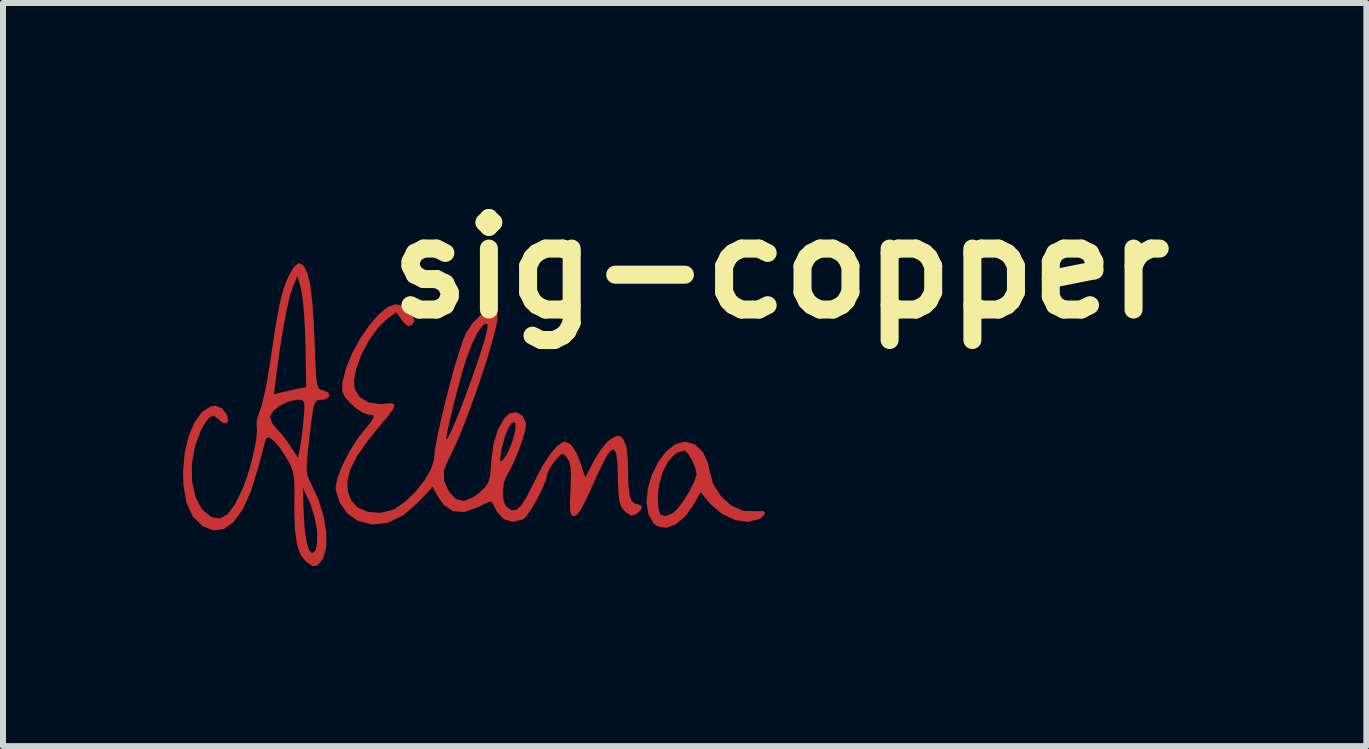
<source format=kicad_pcb>
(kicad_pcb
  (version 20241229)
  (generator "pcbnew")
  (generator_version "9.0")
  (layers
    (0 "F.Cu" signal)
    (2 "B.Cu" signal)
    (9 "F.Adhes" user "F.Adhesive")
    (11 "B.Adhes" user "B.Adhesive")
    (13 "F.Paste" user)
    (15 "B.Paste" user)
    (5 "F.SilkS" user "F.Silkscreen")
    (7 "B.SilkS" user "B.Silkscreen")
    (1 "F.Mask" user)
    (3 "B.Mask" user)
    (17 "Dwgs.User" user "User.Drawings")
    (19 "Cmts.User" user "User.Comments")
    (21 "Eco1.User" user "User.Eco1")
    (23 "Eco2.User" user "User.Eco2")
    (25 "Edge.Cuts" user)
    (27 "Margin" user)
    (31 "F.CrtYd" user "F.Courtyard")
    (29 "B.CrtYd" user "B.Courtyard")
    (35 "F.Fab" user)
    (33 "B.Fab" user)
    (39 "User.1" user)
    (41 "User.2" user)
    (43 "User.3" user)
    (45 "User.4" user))
  (footprint "sig-copper"
    (layer "F.Cu")
    (at 4.878 3.958)
    (property "Reference" "sig-copper" (at 5.08 -2.54 0) (layer "F.SilkS") (effects (font (size 1.524 1.524) (thickness 0.3))))
    (attr board_only exclude_from_pos_files exclude_from_bom)
    (fp_poly (pts (xy 3.652 0.398) (xy 3.784 0.525) (xy 3.869 0.711) (xy 3.888 0.811) (xy 3.954 1.053) (xy 4.083 1.26) (xy 4.257 1.416) (xy 4.458 1.504) (xy 4.669 1.509) (xy 4.669 1.509) (xy 4.786 1.506) (xy 4.822 1.546) (xy 4.769 1.612) (xy 4.725 1.639) (xy 4.537 1.687) (xy 4.323 1.657) (xy 4.108 1.559) (xy 3.918 1.399) (xy 3.891 1.368) (xy 3.746 1.193) (xy 3.636 1.39) (xy 3.492 1.592) (xy 3.334 1.727) (xy 3.176 1.786) (xy 3.032 1.764) (xy 2.965 1.715) (xy 2.874 1.56) (xy 2.843 1.359) (xy 2.852 1.272) (xy 3.033 1.272) (xy 3.042 1.463) (xy 3.078 1.566) (xy 3.15 1.591) (xy 3.267 1.548) (xy 3.284 1.539) (xy 3.363 1.466) (xy 3.461 1.333) (xy 3.559 1.174) (xy 3.637 1.021) (xy 3.676 0.906) (xy 3.678 0.89) (xy 3.657 0.788) (xy 3.604 0.664) (xy 3.54 0.556) (xy 3.482 0.499) (xy 3.473 0.497) (xy 3.335 0.543) (xy 3.212 0.669) (xy 3.113 0.855) (xy 3.05 1.081) (xy 3.033 1.272) (xy 2.852 1.272) (xy 2.866 1.132) (xy 2.934 0.901) (xy 3.04 0.686) (xy 3.174 0.509) (xy 3.329 0.39) (xy 3.49 0.35)) (stroke (width 0) (type solid)) (fill yes) (layer "F.Cu"))
    (fp_poly (pts (xy -2.864 -2.575) (xy -2.806 -2.458) (xy -2.76 -2.266) (xy -2.725 -1.99) (xy -2.7 -1.627) (xy -2.689 -1.367) (xy -2.677 -1.059) (xy -2.667 -0.837) (xy -2.656 -0.685) (xy -2.64 -0.591) (xy -2.618 -0.539) (xy -2.588 -0.515) (xy -2.547 -0.506) (xy -2.455 -0.465) (xy -2.441 -0.402) (xy -2.503 -0.355) (xy -2.559 -0.348) (xy -2.614 -0.346) (xy -2.654 -0.329) (xy -2.685 -0.282) (xy -2.71 -0.191) (xy -2.734 -0.041) (xy -2.762 0.183) (xy -2.784 0.376) (xy -2.809 0.608) (xy -2.82 0.766) (xy -2.814 0.875) (xy -2.79 0.96) (xy -2.748 1.045) (xy -2.747 1.047) (xy -2.621 1.319) (xy -2.534 1.602) (xy -2.49 1.874) (xy -2.492 2.112) (xy -2.544 2.294) (xy -2.563 2.325) (xy -2.641 2.414) (xy -2.716 2.424) (xy -2.821 2.356) (xy -2.83 2.349) (xy -2.918 2.239) (xy -2.979 2.068) (xy -3.014 1.825) (xy -3.025 1.5) (xy -3.024 1.361) (xy -3.022 1.125) (xy -3.022 1.118) (xy -2.882 1.118) (xy -2.867 1.566) (xy -2.85 1.825) (xy -2.819 2.026) (xy -2.778 2.157) (xy -2.73 2.209) (xy -2.678 2.173) (xy -2.672 2.163) (xy -2.648 2.064) (xy -2.643 1.91) (xy -2.649 1.813) (xy -2.687 1.609) (xy -2.75 1.403) (xy -2.779 1.335) (xy -2.882 1.118) (xy -3.022 1.118) (xy -3.029 0.96) (xy -3.05 0.841) (xy -3.089 0.739) (xy -3.143 0.64) (xy -3.259 0.462) (xy -3.364 0.338) (xy -3.446 0.278) (xy -3.494 0.295) (xy -3.498 0.304) (xy -3.519 0.382) (xy -3.558 0.528) (xy -3.608 0.717) (xy -3.626 0.786) (xy -3.747 1.177) (xy -3.885 1.479) (xy -4.037 1.69) (xy -4.201 1.807) (xy -4.375 1.829) (xy -4.553 1.757) (xy -4.716 1.598) (xy -4.822 1.368) (xy -4.873 1.062) (xy -4.878 0.856) (xy -4.852 0.542) (xy -4.786 0.262) (xy -4.688 0.029) (xy -4.564 -0.142) (xy -4.422 -0.235) (xy -4.342 -0.249) (xy -4.23 -0.205) (xy -4.148 -0.1) (xy -4.126 -0.003) (xy -4.156 0.046) (xy -4.226 0.033) (xy -4.299 -0.032) (xy -4.367 -0.085) (xy -4.44 -0.054) (xy -4.527 0.064) (xy -4.578 0.158) (xy -4.681 0.431) (xy -4.731 0.724) (xy -4.728 1.01) (xy -4.674 1.266) (xy -4.569 1.467) (xy -4.541 1.499) (xy -4.398 1.61) (xy -4.266 1.631) (xy -4.139 1.561) (xy -4.014 1.396) (xy -3.886 1.137) (xy -3.813 0.942) (xy -3.747 0.72) (xy -3.693 0.497) (xy -3.657 0.299) (xy -3.645 0.154) (xy -3.652 0.105) (xy -3.651 -0.008) (xy -3.635 -0.058) (xy -3.43 -0.058) (xy -3.395 0.042) (xy -3.324 0.129) (xy -3.231 0.23) (xy -3.125 0.371) (xy -3.091 0.423) (xy -2.963 0.621) (xy -2.929 0.447) (xy -2.906 0.301) (xy -2.882 0.105) (xy -2.869 -0.037) (xy -2.856 -0.206) (xy -2.86 -0.299) (xy -2.888 -0.339) (xy -2.947 -0.348) (xy -2.975 -0.348) (xy -3.116 -0.32) (xy -3.261 -0.251) (xy -3.375 -0.161) (xy -3.429 -0.069) (xy -3.43 -0.058) (xy -3.635 -0.058) (xy -3.606 -0.144) (xy -3.604 -0.149) (xy -3.567 -0.255) (xy -3.523 -0.437) (xy -3.522 -0.439) (xy -3.364 -0.439) (xy -3.235 -0.471) (xy -3.083 -0.506) (xy -2.966 -0.531) (xy -2.826 -0.559) (xy -2.839 -1.261) (xy -2.848 -1.537) (xy -2.863 -1.798) (xy -2.883 -2.016) (xy -2.906 -2.167) (xy -2.911 -2.187) (xy -2.97 -2.411) (xy -3.047 -2.234) (xy -3.095 -2.086) (xy -3.149 -1.856) (xy -3.206 -1.559) (xy -3.262 -1.211) (xy -3.315 -0.83) (xy -3.321 -0.779) (xy -3.364 -0.439) (xy -3.522 -0.439) (xy -3.477 -0.668) (xy -3.434 -0.925) (xy -3.429 -0.959) (xy -3.373 -1.34) (xy -3.325 -1.637) (xy -3.284 -1.868) (xy -3.245 -2.046) (xy -3.206 -2.187) (xy -3.163 -2.308) (xy -3.123 -2.4) (xy -3.034 -2.559) (xy -2.956 -2.623) (xy -2.936 -2.623)) (stroke (width 0) (type solid)) (fill yes) (layer "F.Cu"))
    (fp_poly (pts (xy -1.191 -1.912) (xy -1.09 -1.821) (xy -1.052 -1.757) (xy -1.022 -1.661) (xy -1.064 -1.594) (xy -1.126 -1.572) (xy -1.194 -1.625) (xy -1.23 -1.671) (xy -1.327 -1.805) (xy -1.459 -1.71) (xy -1.624 -1.554) (xy -1.776 -1.344) (xy -1.903 -1.107) (xy -1.992 -0.868) (xy -2.03 -0.654) (xy -2.02 -0.532) (xy -1.938 -0.395) (xy -1.789 -0.304) (xy -1.599 -0.275) (xy -1.523 -0.282) (xy -1.402 -0.292) (xy -1.353 -0.266) (xy -1.376 -0.194) (xy -1.47 -0.066) (xy -1.531 0.005) (xy -1.789 0.32) (xy -1.974 0.584) (xy -2.09 0.808) (xy -2.141 1.003) (xy -2.132 1.179) (xy -2.08 1.324) (xy -1.967 1.448) (xy -1.795 1.521) (xy -1.594 1.537) (xy -1.393 1.49) (xy -1.352 1.47) (xy -1.178 1.35) (xy -1.006 1.184) (xy -0.856 0.995) (xy -0.747 0.809) (xy -0.697 0.651) (xy -0.696 0.629) (xy -0.682 0.491) (xy -0.647 0.298) (xy -0.494 0.298) (xy -0.478 0.304) (xy -0.435 0.228) (xy -0.369 0.084) (xy -0.287 -0.116) (xy -0.193 -0.358) (xy -0.093 -0.631) (xy -0.007 -0.873) (xy 0.094 -1.176) (xy 0.16 -1.394) (xy 0.193 -1.535) (xy 0.192 -1.606) (xy 0.161 -1.615) (xy 0.122 -1.589) (xy 0.034 -1.476) (xy -0.062 -1.285) (xy -0.157 -1.034) (xy -0.223 -0.82) (xy -0.301 -0.532) (xy -0.372 -0.259) (xy -0.43 -0.02) (xy -0.472 0.166) (xy -0.492 0.28) (xy -0.494 0.298) (xy -0.647 0.298) (xy -0.644 0.279) (xy -0.587 0.015) (xy -0.517 -0.279) (xy -0.439 -0.584) (xy -0.359 -0.876) (xy -0.282 -1.136) (xy -0.213 -1.341) (xy -0.163 -1.461) (xy -0.06 -1.619) (xy 0.063 -1.741) (xy 0.185 -1.818) (xy 0.29 -1.836) (xy 0.357 -1.785) (xy 0.362 -1.776) (xy 0.361 -1.688) (xy 0.328 -1.525) (xy 0.269 -1.301) (xy 0.189 -1.034) (xy 0.094 -0.739) (xy -0.011 -0.433) (xy -0.121 -0.131) (xy -0.23 0.15) (xy -0.333 0.394) (xy -0.424 0.585) (xy -0.452 0.637) (xy -0.533 0.829) (xy -0.529 1.003) (xy -0.448 1.181) (xy -0.333 1.307) (xy -0.198 1.338) (xy -0.039 1.274) (xy 0.067 1.193) (xy 0.157 1.107) (xy 0.21 1.026) (xy 0.238 0.917) (xy 0.253 0.749) (xy 0.256 0.683) (xy 0.261 0.643) (xy 0.403 0.643) (xy 0.411 0.682) (xy 0.45 0.656) (xy 0.46 0.646) (xy 0.518 0.557) (xy 0.584 0.413) (xy 0.615 0.326) (xy 0.661 0.146) (xy 0.656 0.043) (xy 0.648 0.031) (xy 0.6 0.037) (xy 0.543 0.121) (xy 0.485 0.266) (xy 0.435 0.45) (xy 0.421 0.522) (xy 0.403 0.643) (xy 0.261 0.643) (xy 0.293 0.394) (xy 0.369 0.147) (xy 0.474 -0.039) (xy 0.562 -0.121) (xy 0.674 -0.142) (xy 0.774 -0.085) (xy 0.834 0.034) (xy 0.837 0.05) (xy 0.825 0.15) (xy 0.78 0.31) (xy 0.712 0.5) (xy 0.633 0.691) (xy 0.552 0.854) (xy 0.513 0.918) (xy 0.465 1.044) (xy 0.449 1.202) (xy 0.466 1.349) (xy 0.507 1.432) (xy 0.591 1.492) (xy 0.671 1.488) (xy 0.756 1.414) (xy 0.853 1.26) (xy 0.971 1.024) (xy 1.105 0.764) (xy 1.239 0.557) (xy 1.362 0.415) (xy 1.465 0.351) (xy 1.485 0.349) (xy 1.587 0.399) (xy 1.681 0.546) (xy 1.738 0.69) (xy 1.824 0.945) (xy 1.973 0.659) (xy 2.074 0.495) (xy 2.182 0.361) (xy 2.257 0.298) (xy 2.356 0.252) (xy 2.416 0.265) (xy 2.463 0.32) (xy 2.51 0.447) (xy 2.533 0.667) (xy 2.536 0.792) (xy 2.541 1.054) (xy 2.56 1.231) (xy 2.594 1.336) (xy 2.649 1.385) (xy 2.694 1.392) (xy 2.764 1.418) (xy 2.757 1.48) (xy 2.677 1.557) (xy 2.669 1.562) (xy 2.589 1.583) (xy 2.502 1.529) (xy 2.48 1.508) (xy 2.428 1.444) (xy 2.396 1.363) (xy 2.378 1.239) (xy 2.369 1.051) (xy 2.367 0.937) (xy 2.358 0.689) (xy 2.335 0.535) (xy 2.295 0.476) (xy 2.236 0.51) (xy 2.153 0.639) (xy 2.043 0.863) (xy 2.006 0.944) (xy 1.891 1.201) (xy 1.806 1.379) (xy 1.743 1.494) (xy 1.696 1.558) (xy 1.654 1.586) (xy 1.621 1.591) (xy 1.589 1.571) (xy 1.572 1.5) (xy 1.568 1.363) (xy 1.577 1.156) (xy 1.585 0.929) (xy 1.578 0.778) (xy 1.555 0.68) (xy 1.52 0.621) (xy 1.466 0.561) (xy 1.42 0.561) (xy 1.354 0.627) (xy 1.317 0.671) (xy 1.237 0.784) (xy 1.195 0.875) (xy 1.193 0.888) (xy 1.168 0.99) (xy 1.105 1.141) (xy 1.019 1.312) (xy 0.926 1.473) (xy 0.842 1.594) (xy 0.791 1.643) (xy 0.62 1.687) (xy 0.465 1.643) (xy 0.351 1.519) (xy 0.35 1.516) (xy 0.295 1.409) (xy 0.263 1.349) (xy 0.262 1.347) (xy 0.216 1.357) (xy 0.111 1.403) (xy 0.032 1.443) (xy -0.191 1.523) (xy -0.381 1.509) (xy -0.538 1.401) (xy -0.621 1.284) (xy -0.722 1.105) (xy -0.945 1.346) (xy -1.202 1.573) (xy -1.462 1.702) (xy -1.723 1.731) (xy -1.975 1.666) (xy -2.142 1.546) (xy -2.269 1.365) (xy -2.333 1.163) (xy -2.336 1.114) (xy -2.307 0.959) (xy -2.228 0.755) (xy -2.115 0.53) (xy -1.979 0.313) (xy -1.865 0.164) (xy -1.752 0.027) (xy -1.702 -0.052) (xy -1.712 -0.089) (xy -1.776 -0.099) (xy -1.794 -0.099) (xy -1.889 -0.133) (xy -2.012 -0.219) (xy -2.074 -0.275) (xy -2.179 -0.389) (xy -2.224 -0.48) (xy -2.226 -0.59) (xy -2.217 -0.66) (xy -2.159 -0.886) (xy -2.058 -1.128) (xy -1.927 -1.367) (xy -1.777 -1.586) (xy -1.622 -1.766) (xy -1.474 -1.889) (xy -1.345 -1.938) (xy -1.338 -1.938)) (stroke (width 0) (type solid)) (fill yes) (layer "F.Cu"))
    (fp_poly (pts (xy 3.652 0.398) (xy 3.784 0.525) (xy 3.869 0.711) (xy 3.888 0.811) (xy 3.954 1.053) (xy 4.083 1.26) (xy 4.257 1.416) (xy 4.458 1.504) (xy 4.669 1.509) (xy 4.669 1.509) (xy 4.786 1.506) (xy 4.822 1.546) (xy 4.769 1.612) (xy 4.725 1.639) (xy 4.537 1.687) (xy 4.323 1.657) (xy 4.108 1.559) (xy 3.918 1.399) (xy 3.891 1.368) (xy 3.746 1.193) (xy 3.636 1.39) (xy 3.492 1.592) (xy 3.334 1.727) (xy 3.176 1.786) (xy 3.032 1.764) (xy 2.965 1.715) (xy 2.874 1.56) (xy 2.843 1.359) (xy 2.852 1.272) (xy 3.033 1.272) (xy 3.042 1.463) (xy 3.078 1.566) (xy 3.15 1.591) (xy 3.267 1.548) (xy 3.284 1.539) (xy 3.363 1.466) (xy 3.461 1.333) (xy 3.559 1.174) (xy 3.637 1.021) (xy 3.676 0.906) (xy 3.678 0.89) (xy 3.657 0.788) (xy 3.604 0.664) (xy 3.54 0.556) (xy 3.482 0.499) (xy 3.473 0.497) (xy 3.335 0.543) (xy 3.212 0.669) (xy 3.113 0.855) (xy 3.05 1.081) (xy 3.033 1.272) (xy 2.852 1.272) (xy 2.866 1.132) (xy 2.934 0.901) (xy 3.04 0.686) (xy 3.174 0.509) (xy 3.329 0.39) (xy 3.49 0.35)) (stroke (width 0) (type solid)) (fill yes) (layer "F.Mask"))
    (fp_poly (pts (xy -2.864 -2.575) (xy -2.806 -2.458) (xy -2.76 -2.266) (xy -2.725 -1.99) (xy -2.7 -1.627) (xy -2.689 -1.367) (xy -2.677 -1.059) (xy -2.667 -0.837) (xy -2.656 -0.685) (xy -2.64 -0.591) (xy -2.618 -0.539) (xy -2.588 -0.515) (xy -2.547 -0.506) (xy -2.455 -0.465) (xy -2.441 -0.402) (xy -2.503 -0.355) (xy -2.559 -0.348) (xy -2.614 -0.346) (xy -2.654 -0.329) (xy -2.685 -0.282) (xy -2.71 -0.191) (xy -2.734 -0.041) (xy -2.762 0.183) (xy -2.784 0.376) (xy -2.809 0.608) (xy -2.82 0.766) (xy -2.814 0.875) (xy -2.79 0.96) (xy -2.748 1.045) (xy -2.747 1.047) (xy -2.621 1.319) (xy -2.534 1.602) (xy -2.49 1.874) (xy -2.492 2.112) (xy -2.544 2.294) (xy -2.563 2.325) (xy -2.641 2.414) (xy -2.716 2.424) (xy -2.821 2.356) (xy -2.83 2.349) (xy -2.918 2.239) (xy -2.979 2.068) (xy -3.014 1.825) (xy -3.025 1.5) (xy -3.024 1.361) (xy -3.022 1.125) (xy -3.022 1.118) (xy -2.882 1.118) (xy -2.867 1.566) (xy -2.85 1.825) (xy -2.819 2.026) (xy -2.778 2.157) (xy -2.73 2.209) (xy -2.678 2.173) (xy -2.672 2.163) (xy -2.648 2.064) (xy -2.643 1.91) (xy -2.649 1.813) (xy -2.687 1.609) (xy -2.75 1.403) (xy -2.779 1.335) (xy -2.882 1.118) (xy -3.022 1.118) (xy -3.029 0.96) (xy -3.05 0.841) (xy -3.089 0.739) (xy -3.143 0.64) (xy -3.259 0.462) (xy -3.364 0.338) (xy -3.446 0.278) (xy -3.494 0.295) (xy -3.498 0.304) (xy -3.519 0.382) (xy -3.558 0.528) (xy -3.608 0.717) (xy -3.626 0.786) (xy -3.747 1.177) (xy -3.885 1.479) (xy -4.037 1.69) (xy -4.201 1.807) (xy -4.375 1.829) (xy -4.553 1.757) (xy -4.716 1.598) (xy -4.822 1.368) (xy -4.873 1.062) (xy -4.878 0.856) (xy -4.852 0.542) (xy -4.786 0.262) (xy -4.688 0.029) (xy -4.564 -0.142) (xy -4.422 -0.235) (xy -4.342 -0.249) (xy -4.23 -0.205) (xy -4.148 -0.1) (xy -4.126 -0.003) (xy -4.156 0.046) (xy -4.226 0.033) (xy -4.299 -0.032) (xy -4.367 -0.085) (xy -4.44 -0.054) (xy -4.527 0.064) (xy -4.578 0.158) (xy -4.681 0.431) (xy -4.731 0.724) (xy -4.728 1.01) (xy -4.674 1.266) (xy -4.569 1.467) (xy -4.541 1.499) (xy -4.398 1.61) (xy -4.266 1.631) (xy -4.139 1.561) (xy -4.014 1.396) (xy -3.886 1.137) (xy -3.813 0.942) (xy -3.747 0.72) (xy -3.693 0.497) (xy -3.657 0.299) (xy -3.645 0.154) (xy -3.652 0.105) (xy -3.651 -0.008) (xy -3.635 -0.058) (xy -3.43 -0.058) (xy -3.395 0.042) (xy -3.324 0.129) (xy -3.231 0.23) (xy -3.125 0.371) (xy -3.091 0.423) (xy -2.963 0.621) (xy -2.929 0.447) (xy -2.906 0.301) (xy -2.882 0.105) (xy -2.869 -0.037) (xy -2.856 -0.206) (xy -2.86 -0.299) (xy -2.888 -0.339) (xy -2.947 -0.348) (xy -2.975 -0.348) (xy -3.116 -0.32) (xy -3.261 -0.251) (xy -3.375 -0.161) (xy -3.429 -0.069) (xy -3.43 -0.058) (xy -3.635 -0.058) (xy -3.606 -0.144) (xy -3.604 -0.149) (xy -3.567 -0.255) (xy -3.523 -0.437) (xy -3.522 -0.439) (xy -3.364 -0.439) (xy -3.235 -0.471) (xy -3.083 -0.506) (xy -2.966 -0.531) (xy -2.826 -0.559) (xy -2.839 -1.261) (xy -2.848 -1.537) (xy -2.863 -1.798) (xy -2.883 -2.016) (xy -2.906 -2.167) (xy -2.911 -2.187) (xy -2.97 -2.411) (xy -3.047 -2.234) (xy -3.095 -2.086) (xy -3.149 -1.856) (xy -3.206 -1.559) (xy -3.262 -1.211) (xy -3.315 -0.83) (xy -3.321 -0.779) (xy -3.364 -0.439) (xy -3.522 -0.439) (xy -3.477 -0.668) (xy -3.434 -0.925) (xy -3.429 -0.959) (xy -3.373 -1.34) (xy -3.325 -1.637) (xy -3.284 -1.868) (xy -3.245 -2.046) (xy -3.206 -2.187) (xy -3.163 -2.308) (xy -3.123 -2.4) (xy -3.034 -2.559) (xy -2.956 -2.623) (xy -2.936 -2.623)) (stroke (width 0) (type solid)) (fill yes) (layer "F.Mask"))
    (fp_poly (pts (xy -1.191 -1.912) (xy -1.09 -1.821) (xy -1.052 -1.757) (xy -1.022 -1.661) (xy -1.064 -1.594) (xy -1.126 -1.572) (xy -1.194 -1.625) (xy -1.23 -1.671) (xy -1.327 -1.805) (xy -1.459 -1.71) (xy -1.624 -1.554) (xy -1.776 -1.344) (xy -1.903 -1.107) (xy -1.992 -0.868) (xy -2.03 -0.654) (xy -2.02 -0.532) (xy -1.938 -0.395) (xy -1.789 -0.304) (xy -1.599 -0.275) (xy -1.523 -0.282) (xy -1.402 -0.292) (xy -1.353 -0.266) (xy -1.376 -0.194) (xy -1.47 -0.066) (xy -1.531 0.005) (xy -1.789 0.32) (xy -1.974 0.584) (xy -2.09 0.808) (xy -2.141 1.003) (xy -2.132 1.179) (xy -2.08 1.324) (xy -1.967 1.448) (xy -1.795 1.521) (xy -1.594 1.537) (xy -1.393 1.49) (xy -1.352 1.47) (xy -1.178 1.35) (xy -1.006 1.184) (xy -0.856 0.995) (xy -0.747 0.809) (xy -0.697 0.651) (xy -0.696 0.629) (xy -0.682 0.491) (xy -0.647 0.298) (xy -0.494 0.298) (xy -0.478 0.304) (xy -0.435 0.228) (xy -0.369 0.084) (xy -0.287 -0.116) (xy -0.193 -0.358) (xy -0.093 -0.631) (xy -0.007 -0.873) (xy 0.094 -1.176) (xy 0.16 -1.394) (xy 0.193 -1.535) (xy 0.192 -1.606) (xy 0.161 -1.615) (xy 0.122 -1.589) (xy 0.034 -1.476) (xy -0.062 -1.285) (xy -0.157 -1.034) (xy -0.223 -0.82) (xy -0.301 -0.532) (xy -0.372 -0.259) (xy -0.43 -0.02) (xy -0.472 0.166) (xy -0.492 0.28) (xy -0.494 0.298) (xy -0.647 0.298) (xy -0.644 0.279) (xy -0.587 0.015) (xy -0.517 -0.279) (xy -0.439 -0.584) (xy -0.359 -0.876) (xy -0.282 -1.136) (xy -0.213 -1.341) (xy -0.163 -1.461) (xy -0.06 -1.619) (xy 0.063 -1.741) (xy 0.185 -1.818) (xy 0.29 -1.836) (xy 0.357 -1.785) (xy 0.362 -1.776) (xy 0.361 -1.688) (xy 0.328 -1.525) (xy 0.269 -1.301) (xy 0.189 -1.034) (xy 0.094 -0.739) (xy -0.011 -0.433) (xy -0.121 -0.131) (xy -0.23 0.15) (xy -0.333 0.394) (xy -0.424 0.585) (xy -0.452 0.637) (xy -0.533 0.829) (xy -0.529 1.003) (xy -0.448 1.181) (xy -0.333 1.307) (xy -0.198 1.338) (xy -0.039 1.274) (xy 0.067 1.193) (xy 0.157 1.107) (xy 0.21 1.026) (xy 0.238 0.917) (xy 0.253 0.749) (xy 0.256 0.683) (xy 0.261 0.643) (xy 0.403 0.643) (xy 0.411 0.682) (xy 0.45 0.656) (xy 0.46 0.646) (xy 0.518 0.557) (xy 0.584 0.413) (xy 0.615 0.326) (xy 0.661 0.146) (xy 0.656 0.043) (xy 0.648 0.031) (xy 0.6 0.037) (xy 0.543 0.121) (xy 0.485 0.266) (xy 0.435 0.45) (xy 0.421 0.522) (xy 0.403 0.643) (xy 0.261 0.643) (xy 0.293 0.394) (xy 0.369 0.147) (xy 0.474 -0.039) (xy 0.562 -0.121) (xy 0.674 -0.142) (xy 0.774 -0.085) (xy 0.834 0.034) (xy 0.837 0.05) (xy 0.825 0.15) (xy 0.78 0.31) (xy 0.712 0.5) (xy 0.633 0.691) (xy 0.552 0.854) (xy 0.513 0.918) (xy 0.465 1.044) (xy 0.449 1.202) (xy 0.466 1.349) (xy 0.507 1.432) (xy 0.591 1.492) (xy 0.671 1.488) (xy 0.756 1.414) (xy 0.853 1.26) (xy 0.971 1.024) (xy 1.105 0.764) (xy 1.239 0.557) (xy 1.362 0.415) (xy 1.465 0.351) (xy 1.485 0.349) (xy 1.587 0.399) (xy 1.681 0.546) (xy 1.738 0.69) (xy 1.824 0.945) (xy 1.973 0.659) (xy 2.074 0.495) (xy 2.182 0.361) (xy 2.257 0.298) (xy 2.356 0.252) (xy 2.416 0.265) (xy 2.463 0.32) (xy 2.51 0.447) (xy 2.533 0.667) (xy 2.536 0.792) (xy 2.541 1.054) (xy 2.56 1.231) (xy 2.594 1.336) (xy 2.649 1.385) (xy 2.694 1.392) (xy 2.764 1.418) (xy 2.757 1.48) (xy 2.677 1.557) (xy 2.669 1.562) (xy 2.589 1.583) (xy 2.502 1.529) (xy 2.48 1.508) (xy 2.428 1.444) (xy 2.396 1.363) (xy 2.378 1.239) (xy 2.369 1.051) (xy 2.367 0.937) (xy 2.358 0.689) (xy 2.335 0.535) (xy 2.295 0.476) (xy 2.236 0.51) (xy 2.153 0.639) (xy 2.043 0.863) (xy 2.006 0.944) (xy 1.891 1.201) (xy 1.806 1.379) (xy 1.743 1.494) (xy 1.696 1.558) (xy 1.654 1.586) (xy 1.621 1.591) (xy 1.589 1.571) (xy 1.572 1.5) (xy 1.568 1.363) (xy 1.577 1.156) (xy 1.585 0.929) (xy 1.578 0.778) (xy 1.555 0.68) (xy 1.52 0.621) (xy 1.466 0.561) (xy 1.42 0.561) (xy 1.354 0.627) (xy 1.317 0.671) (xy 1.237 0.784) (xy 1.195 0.875) (xy 1.193 0.888) (xy 1.168 0.99) (xy 1.105 1.141) (xy 1.019 1.312) (xy 0.926 1.473) (xy 0.842 1.594) (xy 0.791 1.643) (xy 0.62 1.687) (xy 0.465 1.643) (xy 0.351 1.519) (xy 0.35 1.516) (xy 0.295 1.409) (xy 0.263 1.349) (xy 0.262 1.347) (xy 0.216 1.357) (xy 0.111 1.403) (xy 0.032 1.443) (xy -0.191 1.523) (xy -0.381 1.509) (xy -0.538 1.401) (xy -0.621 1.284) (xy -0.722 1.105) (xy -0.945 1.346) (xy -1.202 1.573) (xy -1.462 1.702) (xy -1.723 1.731) (xy -1.975 1.666) (xy -2.142 1.546) (xy -2.269 1.365) (xy -2.333 1.163) (xy -2.336 1.114) (xy -2.307 0.959) (xy -2.228 0.755) (xy -2.115 0.53) (xy -1.979 0.313) (xy -1.865 0.164) (xy -1.752 0.027) (xy -1.702 -0.052) (xy -1.712 -0.089) (xy -1.776 -0.099) (xy -1.794 -0.099) (xy -1.889 -0.133) (xy -2.012 -0.219) (xy -2.074 -0.275) (xy -2.179 -0.389) (xy -2.224 -0.48) (xy -2.226 -0.59) (xy -2.217 -0.66) (xy -2.159 -0.886) (xy -2.058 -1.128) (xy -1.927 -1.367) (xy -1.777 -1.586) (xy -1.622 -1.766) (xy -1.474 -1.889) (xy -1.345 -1.938) (xy -1.338 -1.938)) (stroke (width 0) (type solid)) (fill yes) (layer "F.Mask")))
  (gr_rect
    (start -3 -3)
    (end 19.715 9.382)
    (stroke (width 0.1) (type default))
    (fill no)
    (layer "Edge.Cuts")))
</source>
